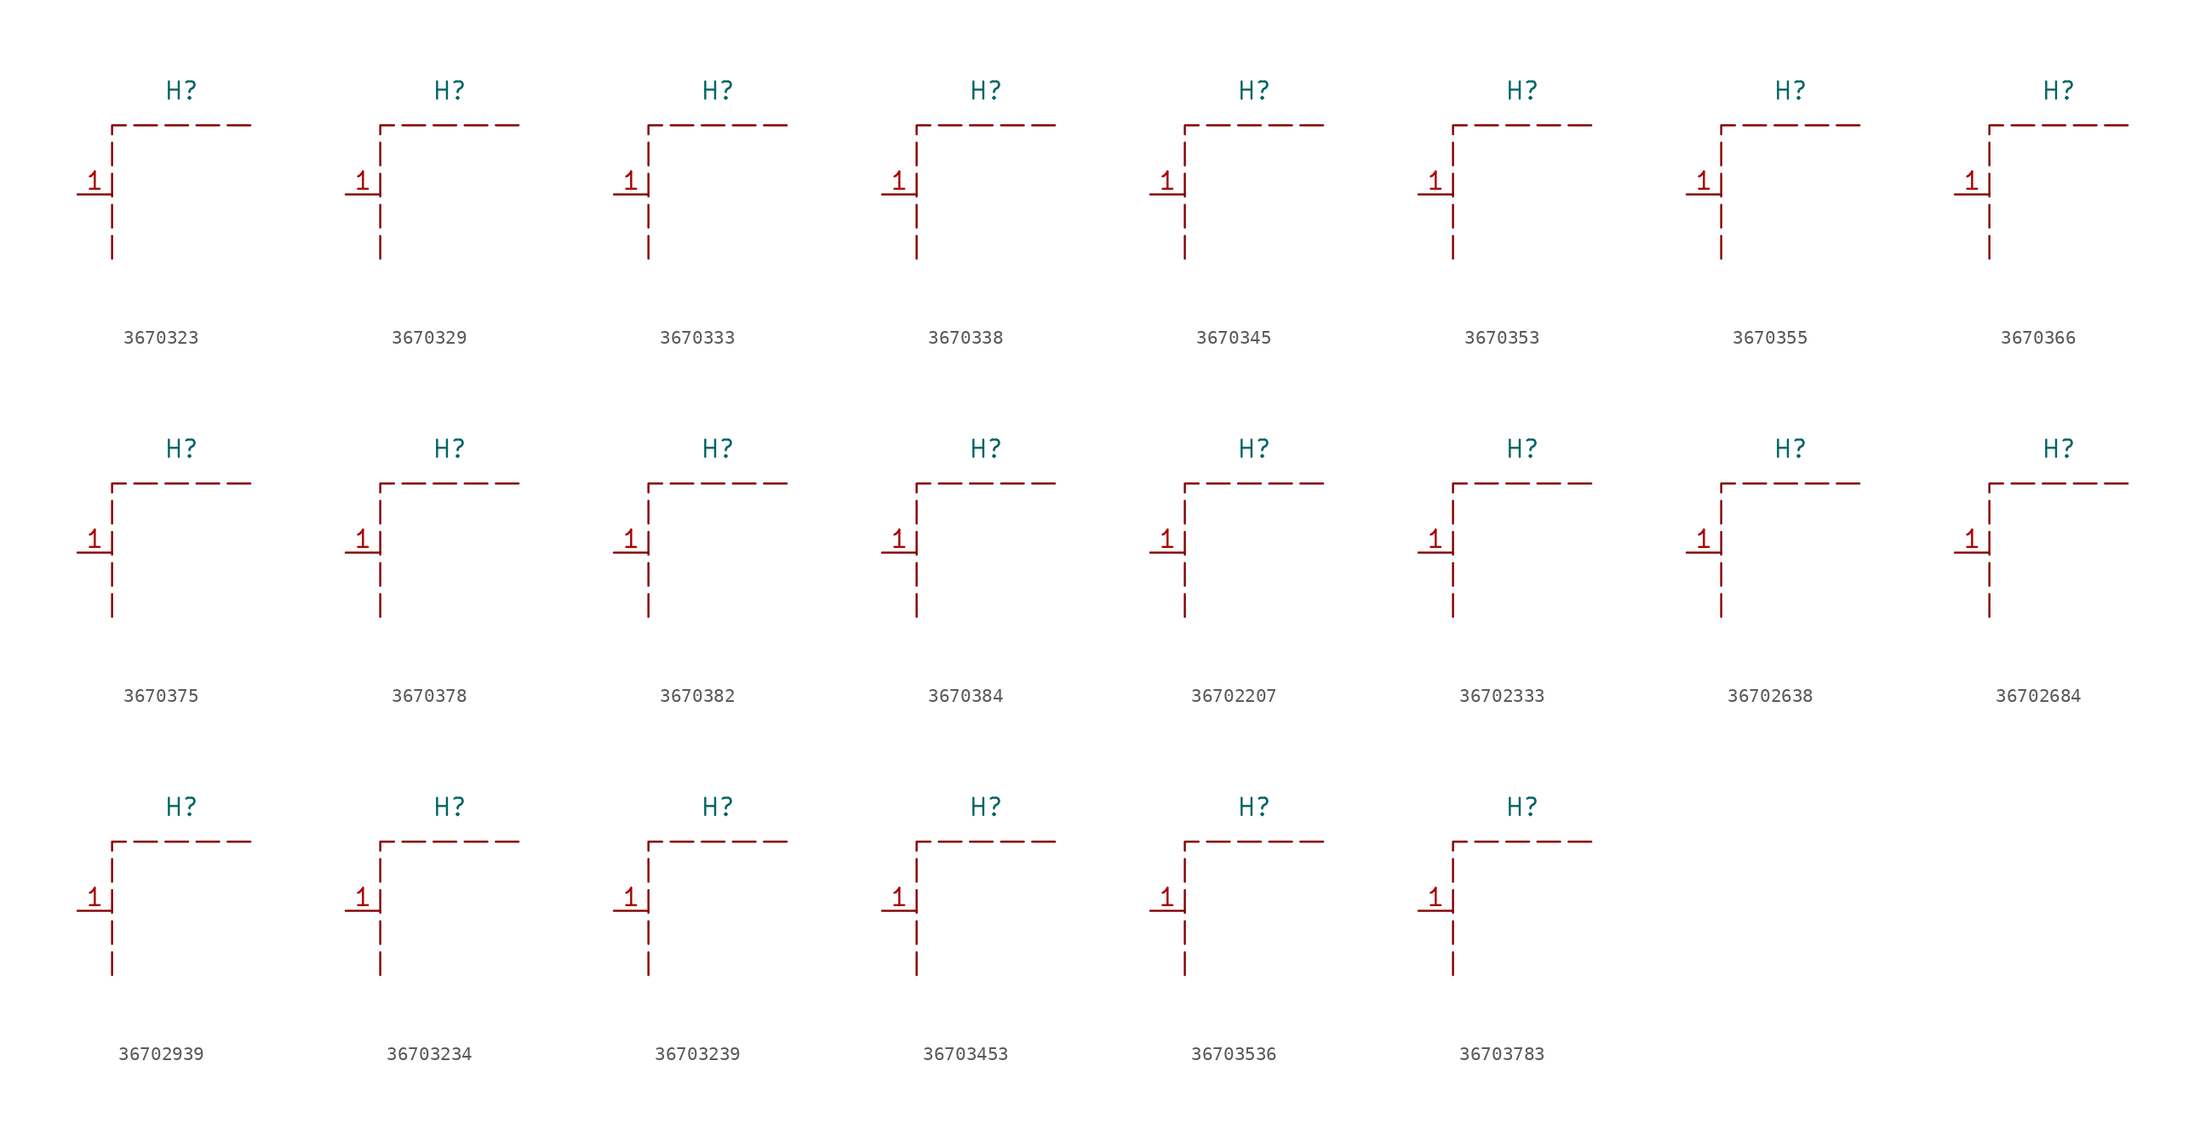
<source format=kicad_sym>
(kicad_symbol_lib
  (version 20220914)
  (generator kicad_symbol_editor)
  (symbol "3670323"
    (pin_names hide)
    (property "Reference" "H"
      (at 0 7.62 0)
      (effects (font (size 1.27 1.27))))
    (property "Critical Parameter" ""
      (at 0 -7.62 0)
      (effects (font (size 1.27 1.27))))
    (symbol "3670323_1_1"
      (polyline (pts (xy 5.08 5.08) (xy -5.08 5.08) (xy -5.08 -5.08)) (stroke (width 0) (type dash)) (fill (type none)))
      (pin power_in line (at -7.62 0 0) (length 2.54) (name "GND" (effects (font (size 1.27 1.27)))) (number "1" (effects (font (size 1.27 1.27)))))))
  (symbol "3670329"
    (pin_names hide)
    (property "Reference" "H"
      (at 0 7.62 0)
      (effects (font (size 1.27 1.27))))
    (property "Critical Parameter" ""
      (at 0 -7.62 0)
      (effects (font (size 1.27 1.27))))
    (symbol "3670329_1_1"
      (polyline (pts (xy 5.08 5.08) (xy -5.08 5.08) (xy -5.08 -5.08)) (stroke (width 0) (type dash)) (fill (type none)))
      (pin power_in line (at -7.62 0 0) (length 2.54) (name "GND" (effects (font (size 1.27 1.27)))) (number "1" (effects (font (size 1.27 1.27)))))))
  (symbol "3670333"
    (pin_names hide)
    (property "Reference" "H"
      (at 0 7.62 0)
      (effects (font (size 1.27 1.27))))
    (property "Critical Parameter" ""
      (at 0 -7.62 0)
      (effects (font (size 1.27 1.27))))
    (symbol "3670333_1_1"
      (polyline (pts (xy 5.08 5.08) (xy -5.08 5.08) (xy -5.08 -5.08)) (stroke (width 0) (type dash)) (fill (type none)))
      (pin power_in line (at -7.62 0 0) (length 2.54) (name "GND" (effects (font (size 1.27 1.27)))) (number "1" (effects (font (size 1.27 1.27)))))))
  (symbol "3670338"
    (pin_names hide)
    (property "Reference" "H"
      (at 0 7.62 0)
      (effects (font (size 1.27 1.27))))
    (property "Critical Parameter" ""
      (at 0 -7.62 0)
      (effects (font (size 1.27 1.27))))
    (symbol "3670338_1_1"
      (polyline (pts (xy 5.08 5.08) (xy -5.08 5.08) (xy -5.08 -5.08)) (stroke (width 0) (type dash)) (fill (type none)))
      (pin power_in line (at -7.62 0 0) (length 2.54) (name "GND" (effects (font (size 1.27 1.27)))) (number "1" (effects (font (size 1.27 1.27)))))))
  (symbol "3670345"
    (pin_names hide)
    (property "Reference" "H"
      (at 0 7.62 0)
      (effects (font (size 1.27 1.27))))
    (property "Critical Parameter" ""
      (at 0 -7.62 0)
      (effects (font (size 1.27 1.27))))
    (symbol "3670345_1_1"
      (polyline (pts (xy 5.08 5.08) (xy -5.08 5.08) (xy -5.08 -5.08)) (stroke (width 0) (type dash)) (fill (type none)))
      (pin power_in line (at -7.62 0 0) (length 2.54) (name "GND" (effects (font (size 1.27 1.27)))) (number "1" (effects (font (size 1.27 1.27)))))))
  (symbol "3670353"
    (pin_names hide)
    (property "Reference" "H"
      (at 0 7.62 0)
      (effects (font (size 1.27 1.27))))
    (property "Critical Parameter" ""
      (at 0 -7.62 0)
      (effects (font (size 1.27 1.27))))
    (symbol "3670353_1_1"
      (polyline (pts (xy 5.08 5.08) (xy -5.08 5.08) (xy -5.08 -5.08)) (stroke (width 0) (type dash)) (fill (type none)))
      (pin power_in line (at -7.62 0 0) (length 2.54) (name "GND" (effects (font (size 1.27 1.27)))) (number "1" (effects (font (size 1.27 1.27)))))))
  (symbol "3670355"
    (pin_names hide)
    (property "Reference" "H"
      (at 0 7.62 0)
      (effects (font (size 1.27 1.27))))
    (property "Critical Parameter" ""
      (at 0 -7.62 0)
      (effects (font (size 1.27 1.27))))
    (symbol "3670355_1_1"
      (polyline (pts (xy 5.08 5.08) (xy -5.08 5.08) (xy -5.08 -5.08)) (stroke (width 0) (type dash)) (fill (type none)))
      (pin power_in line (at -7.62 0 0) (length 2.54) (name "GND" (effects (font (size 1.27 1.27)))) (number "1" (effects (font (size 1.27 1.27)))))))
  (symbol "3670366"
    (pin_names hide)
    (property "Reference" "H"
      (at 0 7.62 0)
      (effects (font (size 1.27 1.27))))
    (property "Critical Parameter" ""
      (at 0 -7.62 0)
      (effects (font (size 1.27 1.27))))
    (symbol "3670366_1_1"
      (polyline (pts (xy 5.08 5.08) (xy -5.08 5.08) (xy -5.08 -5.08)) (stroke (width 0) (type dash)) (fill (type none)))
      (pin power_in line (at -7.62 0 0) (length 2.54) (name "GND" (effects (font (size 1.27 1.27)))) (number "1" (effects (font (size 1.27 1.27)))))))
  (symbol "3670375"
    (pin_names hide)
    (property "Reference" "H"
      (at 0 7.62 0)
      (effects (font (size 1.27 1.27))))
    (property "Critical Parameter" ""
      (at 0 -7.62 0)
      (effects (font (size 1.27 1.27))))
    (symbol "3670375_1_1"
      (polyline (pts (xy 5.08 5.08) (xy -5.08 5.08) (xy -5.08 -5.08)) (stroke (width 0) (type dash)) (fill (type none)))
      (pin power_in line (at -7.62 0 0) (length 2.54) (name "GND" (effects (font (size 1.27 1.27)))) (number "1" (effects (font (size 1.27 1.27)))))))
  (symbol "3670378"
    (pin_names hide)
    (property "Reference" "H"
      (at 0 7.62 0)
      (effects (font (size 1.27 1.27))))
    (property "Critical Parameter" ""
      (at 0 -7.62 0)
      (effects (font (size 1.27 1.27))))
    (symbol "3670378_1_1"
      (polyline (pts (xy 5.08 5.08) (xy -5.08 5.08) (xy -5.08 -5.08)) (stroke (width 0) (type dash)) (fill (type none)))
      (pin power_in line (at -7.62 0 0) (length 2.54) (name "GND" (effects (font (size 1.27 1.27)))) (number "1" (effects (font (size 1.27 1.27)))))))
  (symbol "3670382"
    (pin_names hide)
    (property "Reference" "H"
      (at 0 7.62 0)
      (effects (font (size 1.27 1.27))))
    (property "Critical Parameter" ""
      (at 0 -7.62 0)
      (effects (font (size 1.27 1.27))))
    (symbol "3670382_1_1"
      (polyline (pts (xy 5.08 5.08) (xy -5.08 5.08) (xy -5.08 -5.08)) (stroke (width 0) (type dash)) (fill (type none)))
      (pin power_in line (at -7.62 0 0) (length 2.54) (name "GND" (effects (font (size 1.27 1.27)))) (number "1" (effects (font (size 1.27 1.27)))))))
  (symbol "3670384"
    (pin_names hide)
    (property "Reference" "H"
      (at 0 7.62 0)
      (effects (font (size 1.27 1.27))))
    (property "Critical Parameter" ""
      (at 0 -7.62 0)
      (effects (font (size 1.27 1.27))))
    (symbol "3670384_1_1"
      (polyline (pts (xy 5.08 5.08) (xy -5.08 5.08) (xy -5.08 -5.08)) (stroke (width 0) (type dash)) (fill (type none)))
      (pin power_in line (at -7.62 0 0) (length 2.54) (name "GND" (effects (font (size 1.27 1.27)))) (number "1" (effects (font (size 1.27 1.27)))))))
  (symbol "36702207"
    (pin_names hide)
    (property "Reference" "H"
      (at 0 7.62 0)
      (effects (font (size 1.27 1.27))))
    (property "Critical Parameter" ""
      (at 0 -7.62 0)
      (effects (font (size 1.27 1.27))))
    (symbol "36702207_1_1"
      (polyline (pts (xy 5.08 5.08) (xy -5.08 5.08) (xy -5.08 -5.08)) (stroke (width 0) (type dash)) (fill (type none)))
      (pin power_in line (at -7.62 0 0) (length 2.54) (name "GND" (effects (font (size 1.27 1.27)))) (number "1" (effects (font (size 1.27 1.27)))))))
  (symbol "36702333"
    (pin_names hide)
    (property "Reference" "H"
      (at 0 7.62 0)
      (effects (font (size 1.27 1.27))))
    (property "Critical Parameter" ""
      (at 0 -7.62 0)
      (effects (font (size 1.27 1.27))))
    (symbol "36702333_1_1"
      (polyline (pts (xy 5.08 5.08) (xy -5.08 5.08) (xy -5.08 -5.08)) (stroke (width 0) (type dash)) (fill (type none)))
      (pin power_in line (at -7.62 0 0) (length 2.54) (name "GND" (effects (font (size 1.27 1.27)))) (number "1" (effects (font (size 1.27 1.27)))))))
  (symbol "36702638"
    (pin_names hide)
    (property "Reference" "H"
      (at 0 7.62 0)
      (effects (font (size 1.27 1.27))))
    (property "Critical Parameter" ""
      (at 0 -7.62 0)
      (effects (font (size 1.27 1.27))))
    (symbol "36702638_1_1"
      (polyline (pts (xy 5.08 5.08) (xy -5.08 5.08) (xy -5.08 -5.08)) (stroke (width 0) (type dash)) (fill (type none)))
      (pin power_in line (at -7.62 0 0) (length 2.54) (name "GND" (effects (font (size 1.27 1.27)))) (number "1" (effects (font (size 1.27 1.27)))))))
  (symbol "36702684"
    (pin_names hide)
    (property "Reference" "H"
      (at 0 7.62 0)
      (effects (font (size 1.27 1.27))))
    (property "Critical Parameter" ""
      (at 0 -7.62 0)
      (effects (font (size 1.27 1.27))))
    (symbol "36702684_1_1"
      (polyline (pts (xy 5.08 5.08) (xy -5.08 5.08) (xy -5.08 -5.08)) (stroke (width 0) (type dash)) (fill (type none)))
      (pin power_in line (at -7.62 0 0) (length 2.54) (name "GND" (effects (font (size 1.27 1.27)))) (number "1" (effects (font (size 1.27 1.27)))))))
  (symbol "36702939"
    (pin_names hide)
    (property "Reference" "H"
      (at 0 7.62 0)
      (effects (font (size 1.27 1.27))))
    (property "Critical Parameter" ""
      (at 0 -7.62 0)
      (effects (font (size 1.27 1.27))))
    (symbol "36702939_1_1"
      (polyline (pts (xy 5.08 5.08) (xy -5.08 5.08) (xy -5.08 -5.08)) (stroke (width 0) (type dash)) (fill (type none)))
      (pin power_in line (at -7.62 0 0) (length 2.54) (name "GND" (effects (font (size 1.27 1.27)))) (number "1" (effects (font (size 1.27 1.27)))))))
  (symbol "36703234"
    (pin_names hide)
    (property "Reference" "H"
      (at 0 7.62 0)
      (effects (font (size 1.27 1.27))))
    (property "Critical Parameter" ""
      (at 0 -7.62 0)
      (effects (font (size 1.27 1.27))))
    (symbol "36703234_1_1"
      (polyline (pts (xy 5.08 5.08) (xy -5.08 5.08) (xy -5.08 -5.08)) (stroke (width 0) (type dash)) (fill (type none)))
      (pin power_in line (at -7.62 0 0) (length 2.54) (name "GND" (effects (font (size 1.27 1.27)))) (number "1" (effects (font (size 1.27 1.27)))))))
  (symbol "36703239"
    (pin_names hide)
    (property "Reference" "H"
      (at 0 7.62 0)
      (effects (font (size 1.27 1.27))))
    (property "Critical Parameter" ""
      (at 0 -7.62 0)
      (effects (font (size 1.27 1.27))))
    (symbol "36703239_1_1"
      (polyline (pts (xy 5.08 5.08) (xy -5.08 5.08) (xy -5.08 -5.08)) (stroke (width 0) (type dash)) (fill (type none)))
      (pin power_in line (at -7.62 0 0) (length 2.54) (name "GND" (effects (font (size 1.27 1.27)))) (number "1" (effects (font (size 1.27 1.27)))))))
  (symbol "36703453"
    (pin_names hide)
    (property "Reference" "H"
      (at 0 7.62 0)
      (effects (font (size 1.27 1.27))))
    (property "Critical Parameter" ""
      (at 0 -7.62 0)
      (effects (font (size 1.27 1.27))))
    (symbol "36703453_1_1"
      (polyline (pts (xy 5.08 5.08) (xy -5.08 5.08) (xy -5.08 -5.08)) (stroke (width 0) (type dash)) (fill (type none)))
      (pin power_in line (at -7.62 0 0) (length 2.54) (name "GND" (effects (font (size 1.27 1.27)))) (number "1" (effects (font (size 1.27 1.27)))))))
  (symbol "36703536"
    (pin_names hide)
    (property "Reference" "H"
      (at 0 7.62 0)
      (effects (font (size 1.27 1.27))))
    (property "Critical Parameter" ""
      (at 0 -7.62 0)
      (effects (font (size 1.27 1.27))))
    (symbol "36703536_1_1"
      (polyline (pts (xy 5.08 5.08) (xy -5.08 5.08) (xy -5.08 -5.08)) (stroke (width 0) (type dash)) (fill (type none)))
      (pin power_in line (at -7.62 0 0) (length 2.54) (name "GND" (effects (font (size 1.27 1.27)))) (number "1" (effects (font (size 1.27 1.27)))))))
  (symbol "36703783"
    (pin_names hide)
    (property "Reference" "H"
      (at 0 7.62 0)
      (effects (font (size 1.27 1.27))))
    (property "Critical Parameter" ""
      (at 0 -7.62 0)
      (effects (font (size 1.27 1.27))))
    (symbol "36703783_1_1"
      (polyline (pts (xy 5.08 5.08) (xy -5.08 5.08) (xy -5.08 -5.08)) (stroke (width 0) (type dash)) (fill (type none)))
      (pin power_in line (at -7.62 0 0) (length 2.54) (name "GND" (effects (font (size 1.27 1.27)))) (number "1" (effects (font (size 1.27 1.27))))))))
</source>
